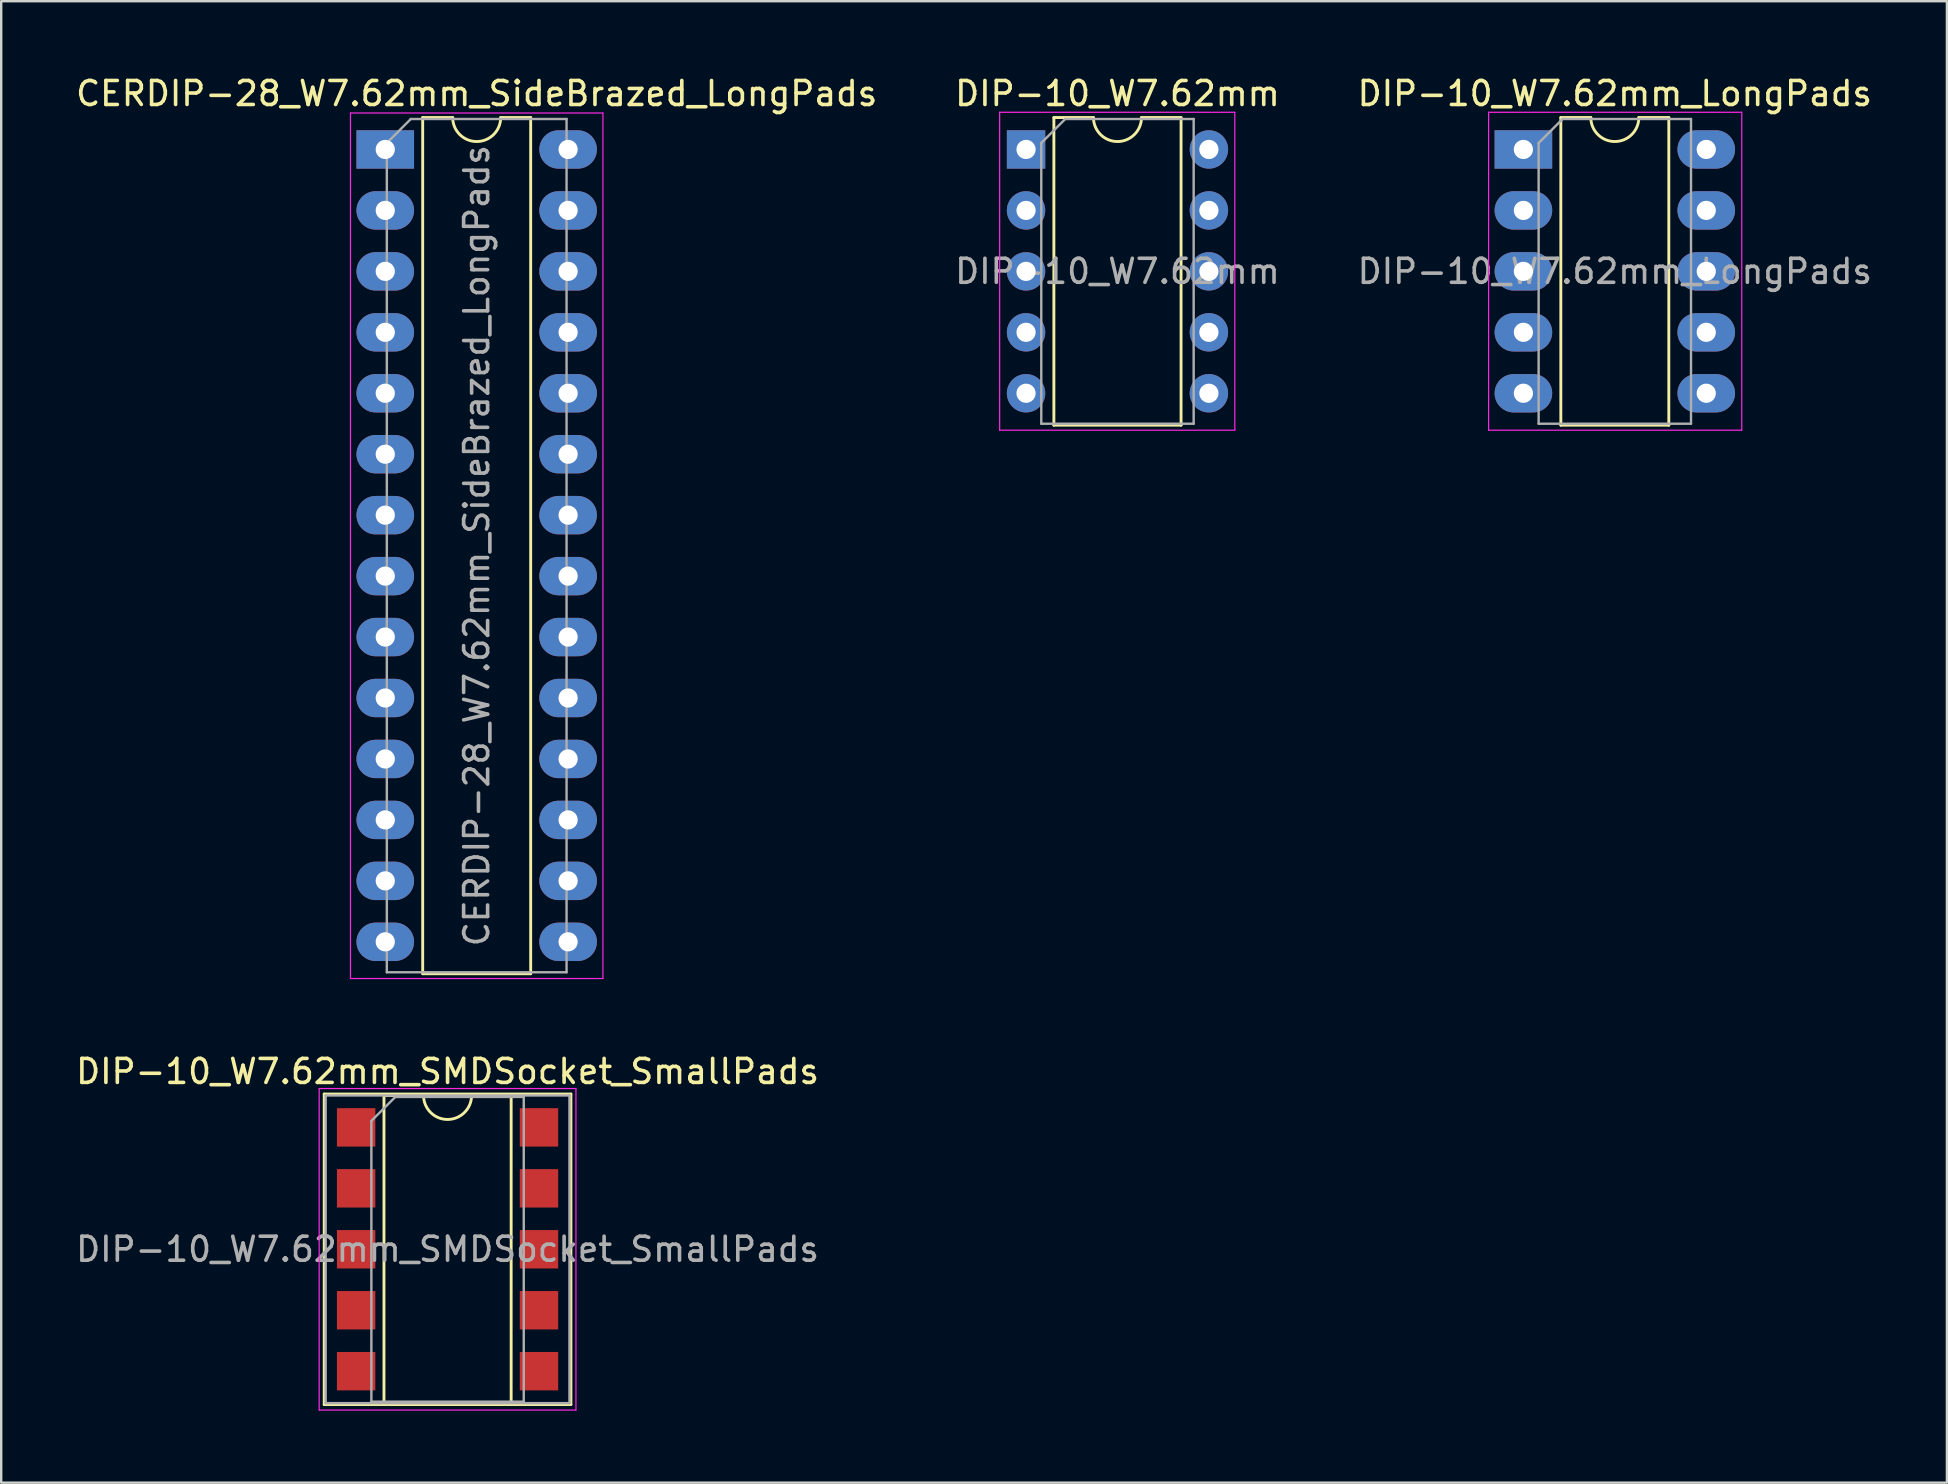
<source format=kicad_pcb>
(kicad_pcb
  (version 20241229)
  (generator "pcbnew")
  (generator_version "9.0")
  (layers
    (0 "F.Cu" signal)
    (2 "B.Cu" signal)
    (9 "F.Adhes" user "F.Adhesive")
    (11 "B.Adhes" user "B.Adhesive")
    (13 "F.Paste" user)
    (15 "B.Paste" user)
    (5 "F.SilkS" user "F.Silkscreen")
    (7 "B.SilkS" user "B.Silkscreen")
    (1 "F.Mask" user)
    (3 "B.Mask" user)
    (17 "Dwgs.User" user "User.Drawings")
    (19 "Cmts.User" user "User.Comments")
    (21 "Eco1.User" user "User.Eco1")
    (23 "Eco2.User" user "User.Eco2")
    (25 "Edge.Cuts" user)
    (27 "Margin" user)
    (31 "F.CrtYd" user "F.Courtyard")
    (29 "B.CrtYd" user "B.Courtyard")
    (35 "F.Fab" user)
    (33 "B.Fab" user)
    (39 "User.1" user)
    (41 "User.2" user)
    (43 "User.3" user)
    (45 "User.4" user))
  (footprint "DIP-10_W7.62mm"
    (layer "F.Cu")
    (at 39.708 3.178)
    (property "Reference" "DIP-10_W7.62mm" (at 3.81 -2.33 0) (layer "F.SilkS") (effects (font (size 1 1) (thickness 0.15))))
    (attr through_hole)
    (fp_line (start 1.16 -1.33) (end 1.16 11.49) (stroke (width 0.12) (type solid)) (layer "F.SilkS"))
    (fp_line (start 1.16 11.49) (end 6.46 11.49) (stroke (width 0.12) (type solid)) (layer "F.SilkS"))
    (fp_line (start 2.81 -1.33) (end 1.16 -1.33) (stroke (width 0.12) (type solid)) (layer "F.SilkS"))
    (fp_line (start 6.46 -1.33) (end 4.81 -1.33) (stroke (width 0.12) (type solid)) (layer "F.SilkS"))
    (fp_line (start 6.46 11.49) (end 6.46 -1.33) (stroke (width 0.12) (type solid)) (layer "F.SilkS"))
    (fp_arc (start 4.81 -1.33) (mid 3.81 -0.33) (end 2.81 -1.33) (stroke (width 0.12) (type solid)) (layer "F.SilkS"))
    (fp_line (start -1.1 -1.55) (end -1.1 11.7) (stroke (width 0.05) (type solid)) (layer "F.CrtYd"))
    (fp_line (start -1.1 11.7) (end 8.7 11.7) (stroke (width 0.05) (type solid)) (layer "F.CrtYd"))
    (fp_line (start 8.7 -1.55) (end -1.1 -1.55) (stroke (width 0.05) (type solid)) (layer "F.CrtYd"))
    (fp_line (start 8.7 11.7) (end 8.7 -1.55) (stroke (width 0.05) (type solid)) (layer "F.CrtYd"))
    (fp_line (start 0.635 -0.27) (end 1.635 -1.27) (stroke (width 0.1) (type solid)) (layer "F.Fab"))
    (fp_line (start 0.635 11.43) (end 0.635 -0.27) (stroke (width 0.1) (type solid)) (layer "F.Fab"))
    (fp_line (start 1.635 -1.27) (end 6.985 -1.27) (stroke (width 0.1) (type solid)) (layer "F.Fab"))
    (fp_line (start 6.985 -1.27) (end 6.985 11.43) (stroke (width 0.1) (type solid)) (layer "F.Fab"))
    (fp_line (start 6.985 11.43) (end 0.635 11.43) (stroke (width 0.1) (type solid)) (layer "F.Fab"))
    (fp_text user "${REFERENCE}" (at 3.81 5.08 0) (layer "F.Fab") (effects (font (size 1 1) (thickness 0.15))))
    (pad "1" thru_hole rect (at 0 0) (size 1.6 1.6) (drill 0.8) (layers "*.Cu" "*.Mask"))
    (pad "2" thru_hole oval (at 0 2.54) (size 1.6 1.6) (drill 0.8) (layers "*.Cu" "*.Mask"))
    (pad "3" thru_hole oval (at 0 5.08) (size 1.6 1.6) (drill 0.8) (layers "*.Cu" "*.Mask"))
    (pad "4" thru_hole oval (at 0 7.62) (size 1.6 1.6) (drill 0.8) (layers "*.Cu" "*.Mask"))
    (pad "5" thru_hole oval (at 0 10.16) (size 1.6 1.6) (drill 0.8) (layers "*.Cu" "*.Mask"))
    (pad "6" thru_hole oval (at 7.62 10.16) (size 1.6 1.6) (drill 0.8) (layers "*.Cu" "*.Mask"))
    (pad "7" thru_hole oval (at 7.62 7.62) (size 1.6 1.6) (drill 0.8) (layers "*.Cu" "*.Mask"))
    (pad "8" thru_hole oval (at 7.62 5.08) (size 1.6 1.6) (drill 0.8) (layers "*.Cu" "*.Mask"))
    (pad "9" thru_hole oval (at 7.62 2.54) (size 1.6 1.6) (drill 0.8) (layers "*.Cu" "*.Mask"))
    (pad "10" thru_hole oval (at 7.62 0) (size 1.6 1.6) (drill 0.8) (layers "*.Cu" "*.Mask")))
  (footprint "DIP-10_W7.62mm_SMDSocket_SmallPads"
    (layer "F.Cu")
    (at 15.601 49.011)
    (property "Reference" "DIP-10_W7.62mm_SMDSocket_SmallPads" (at 0 -7.41 0) (layer "F.SilkS") (effects (font (size 1 1) (thickness 0.15))))
    (attr smd)
    (fp_line (start -5.14 -6.47) (end -5.14 6.47) (stroke (width 0.12) (type solid)) (layer "F.SilkS"))
    (fp_line (start -5.14 6.47) (end 5.14 6.47) (stroke (width 0.12) (type solid)) (layer "F.SilkS"))
    (fp_line (start -2.65 -6.41) (end -2.65 6.41) (stroke (width 0.12) (type solid)) (layer "F.SilkS"))
    (fp_line (start -2.65 6.41) (end 2.65 6.41) (stroke (width 0.12) (type solid)) (layer "F.SilkS"))
    (fp_line (start -1 -6.41) (end -2.65 -6.41) (stroke (width 0.12) (type solid)) (layer "F.SilkS"))
    (fp_line (start 2.65 -6.41) (end 1 -6.41) (stroke (width 0.12) (type solid)) (layer "F.SilkS"))
    (fp_line (start 2.65 6.41) (end 2.65 -6.41) (stroke (width 0.12) (type solid)) (layer "F.SilkS"))
    (fp_line (start 5.14 -6.47) (end -5.14 -6.47) (stroke (width 0.12) (type solid)) (layer "F.SilkS"))
    (fp_line (start 5.14 6.47) (end 5.14 -6.47) (stroke (width 0.12) (type solid)) (layer "F.SilkS"))
    (fp_arc (start 1 -6.41) (mid 0 -5.41) (end -1 -6.41) (stroke (width 0.12) (type solid)) (layer "F.SilkS"))
    (fp_line (start -5.35 -6.7) (end -5.35 6.7) (stroke (width 0.05) (type solid)) (layer "F.CrtYd"))
    (fp_line (start -5.35 6.7) (end 5.35 6.7) (stroke (width 0.05) (type solid)) (layer "F.CrtYd"))
    (fp_line (start 5.35 -6.7) (end -5.35 -6.7) (stroke (width 0.05) (type solid)) (layer "F.CrtYd"))
    (fp_line (start 5.35 6.7) (end 5.35 -6.7) (stroke (width 0.05) (type solid)) (layer "F.CrtYd"))
    (fp_line (start -5.08 -6.41) (end -5.08 6.41) (stroke (width 0.1) (type solid)) (layer "F.Fab"))
    (fp_line (start -5.08 6.41) (end 5.08 6.41) (stroke (width 0.1) (type solid)) (layer "F.Fab"))
    (fp_line (start -3.175 -5.35) (end -2.175 -6.35) (stroke (width 0.1) (type solid)) (layer "F.Fab"))
    (fp_line (start -3.175 6.35) (end -3.175 -5.35) (stroke (width 0.1) (type solid)) (layer "F.Fab"))
    (fp_line (start -2.175 -6.35) (end 3.175 -6.35) (stroke (width 0.1) (type solid)) (layer "F.Fab"))
    (fp_line (start 3.175 -6.35) (end 3.175 6.35) (stroke (width 0.1) (type solid)) (layer "F.Fab"))
    (fp_line (start 3.175 6.35) (end -3.175 6.35) (stroke (width 0.1) (type solid)) (layer "F.Fab"))
    (fp_line (start 5.08 -6.41) (end -5.08 -6.41) (stroke (width 0.1) (type solid)) (layer "F.Fab"))
    (fp_line (start 5.08 6.41) (end 5.08 -6.41) (stroke (width 0.1) (type solid)) (layer "F.Fab"))
    (fp_text user "${REFERENCE}" (at 0 0 0) (layer "F.Fab") (effects (font (size 1 1) (thickness 0.15))))
    (pad "1" smd rect (at -3.81 -5.08) (size 1.6 1.6) (layers "F.Cu" "F.Mask" "F.Paste"))
    (pad "2" smd rect (at -3.81 -2.54) (size 1.6 1.6) (layers "F.Cu" "F.Mask" "F.Paste"))
    (pad "3" smd rect (at -3.81 0) (size 1.6 1.6) (layers "F.Cu" "F.Mask" "F.Paste"))
    (pad "4" smd rect (at -3.81 2.54) (size 1.6 1.6) (layers "F.Cu" "F.Mask" "F.Paste"))
    (pad "5" smd rect (at -3.81 5.08) (size 1.6 1.6) (layers "F.Cu" "F.Mask" "F.Paste"))
    (pad "6" smd rect (at 3.81 5.08) (size 1.6 1.6) (layers "F.Cu" "F.Mask" "F.Paste"))
    (pad "7" smd rect (at 3.81 2.54) (size 1.6 1.6) (layers "F.Cu" "F.Mask" "F.Paste"))
    (pad "8" smd rect (at 3.81 0) (size 1.6 1.6) (layers "F.Cu" "F.Mask" "F.Paste"))
    (pad "9" smd rect (at 3.81 -2.54) (size 1.6 1.6) (layers "F.Cu" "F.Mask" "F.Paste"))
    (pad "10" smd rect (at 3.81 -5.08) (size 1.6 1.6) (layers "F.Cu" "F.Mask" "F.Paste")))
  (footprint "CERDIP-28_W7.62mm_SideBrazed_LongPads"
    (layer "F.Cu")
    (at 13.005 3.178)
    (property "Reference" "CERDIP-28_W7.62mm_SideBrazed_LongPads" (at 3.81 -2.33 0) (layer "F.SilkS") (effects (font (size 1 1) (thickness 0.15))))
    (attr through_hole)
    (fp_line (start 1.56 -1.33) (end 1.56 34.35) (stroke (width 0.12) (type solid)) (layer "F.SilkS"))
    (fp_line (start 1.56 34.35) (end 6.06 34.35) (stroke (width 0.12) (type solid)) (layer "F.SilkS"))
    (fp_line (start 2.81 -1.33) (end 1.56 -1.33) (stroke (width 0.12) (type solid)) (layer "F.SilkS"))
    (fp_line (start 6.06 -1.33) (end 4.81 -1.33) (stroke (width 0.12) (type solid)) (layer "F.SilkS"))
    (fp_line (start 6.06 34.35) (end 6.06 -1.33) (stroke (width 0.12) (type solid)) (layer "F.SilkS"))
    (fp_arc (start 4.81 -1.33) (mid 3.81 -0.33) (end 2.81 -1.33) (stroke (width 0.12) (type solid)) (layer "F.SilkS"))
    (fp_line (start -1.45 -1.52) (end -1.45 34.55) (stroke (width 0.05) (type solid)) (layer "F.CrtYd"))
    (fp_line (start -1.45 34.55) (end 9.07 34.55) (stroke (width 0.05) (type solid)) (layer "F.CrtYd"))
    (fp_line (start 9.07 -1.52) (end -1.45 -1.52) (stroke (width 0.05) (type solid)) (layer "F.CrtYd"))
    (fp_line (start 9.07 34.55) (end 9.07 -1.52) (stroke (width 0.05) (type solid)) (layer "F.CrtYd"))
    (fp_line (start 0.065 -0.27) (end 1.065 -1.27) (stroke (width 0.1) (type solid)) (layer "F.Fab"))
    (fp_line (start 0.065 34.29) (end 0.065 -0.27) (stroke (width 0.1) (type solid)) (layer "F.Fab"))
    (fp_line (start 1.065 -1.27) (end 7.555 -1.27) (stroke (width 0.1) (type solid)) (layer "F.Fab"))
    (fp_line (start 7.555 -1.27) (end 7.555 34.29) (stroke (width 0.1) (type solid)) (layer "F.Fab"))
    (fp_line (start 7.555 34.29) (end 0.065 34.29) (stroke (width 0.1) (type solid)) (layer "F.Fab"))
    (fp_text user "${REFERENCE}" (at 3.81 16.51 90) (layer "F.Fab") (effects (font (size 1 1) (thickness 0.15))))
    (pad "1" thru_hole rect (at 0 0) (size 2.4 1.6) (drill 0.8) (layers "*.Cu" "*.Mask"))
    (pad "2" thru_hole oval (at 0 2.54) (size 2.4 1.6) (drill 0.8) (layers "*.Cu" "*.Mask"))
    (pad "3" thru_hole oval (at 0 5.08) (size 2.4 1.6) (drill 0.8) (layers "*.Cu" "*.Mask"))
    (pad "4" thru_hole oval (at 0 7.62) (size 2.4 1.6) (drill 0.8) (layers "*.Cu" "*.Mask"))
    (pad "5" thru_hole oval (at 0 10.16) (size 2.4 1.6) (drill 0.8) (layers "*.Cu" "*.Mask"))
    (pad "6" thru_hole oval (at 0 12.7) (size 2.4 1.6) (drill 0.8) (layers "*.Cu" "*.Mask"))
    (pad "7" thru_hole oval (at 0 15.24) (size 2.4 1.6) (drill 0.8) (layers "*.Cu" "*.Mask"))
    (pad "8" thru_hole oval (at 0 17.78) (size 2.4 1.6) (drill 0.8) (layers "*.Cu" "*.Mask"))
    (pad "9" thru_hole oval (at 0 20.32) (size 2.4 1.6) (drill 0.8) (layers "*.Cu" "*.Mask"))
    (pad "10" thru_hole oval (at 0 22.86) (size 2.4 1.6) (drill 0.8) (layers "*.Cu" "*.Mask"))
    (pad "11" thru_hole oval (at 0 25.4) (size 2.4 1.6) (drill 0.8) (layers "*.Cu" "*.Mask"))
    (pad "12" thru_hole oval (at 0 27.94) (size 2.4 1.6) (drill 0.8) (layers "*.Cu" "*.Mask"))
    (pad "13" thru_hole oval (at 0 30.48) (size 2.4 1.6) (drill 0.8) (layers "*.Cu" "*.Mask"))
    (pad "14" thru_hole oval (at 0 33.02) (size 2.4 1.6) (drill 0.8) (layers "*.Cu" "*.Mask"))
    (pad "15" thru_hole oval (at 7.62 33.02) (size 2.4 1.6) (drill 0.8) (layers "*.Cu" "*.Mask"))
    (pad "16" thru_hole oval (at 7.62 30.48) (size 2.4 1.6) (drill 0.8) (layers "*.Cu" "*.Mask"))
    (pad "17" thru_hole oval (at 7.62 27.94) (size 2.4 1.6) (drill 0.8) (layers "*.Cu" "*.Mask"))
    (pad "18" thru_hole oval (at 7.62 25.4) (size 2.4 1.6) (drill 0.8) (layers "*.Cu" "*.Mask"))
    (pad "19" thru_hole oval (at 7.62 22.86) (size 2.4 1.6) (drill 0.8) (layers "*.Cu" "*.Mask"))
    (pad "20" thru_hole oval (at 7.62 20.32) (size 2.4 1.6) (drill 0.8) (layers "*.Cu" "*.Mask"))
    (pad "21" thru_hole oval (at 7.62 17.78) (size 2.4 1.6) (drill 0.8) (layers "*.Cu" "*.Mask"))
    (pad "22" thru_hole oval (at 7.62 15.24) (size 2.4 1.6) (drill 0.8) (layers "*.Cu" "*.Mask"))
    (pad "23" thru_hole oval (at 7.62 12.7) (size 2.4 1.6) (drill 0.8) (layers "*.Cu" "*.Mask"))
    (pad "24" thru_hole oval (at 7.62 10.16) (size 2.4 1.6) (drill 0.8) (layers "*.Cu" "*.Mask"))
    (pad "25" thru_hole oval (at 7.62 7.62) (size 2.4 1.6) (drill 0.8) (layers "*.Cu" "*.Mask"))
    (pad "26" thru_hole oval (at 7.62 5.08) (size 2.4 1.6) (drill 0.8) (layers "*.Cu" "*.Mask"))
    (pad "27" thru_hole oval (at 7.62 2.54) (size 2.4 1.6) (drill 0.8) (layers "*.Cu" "*.Mask"))
    (pad "28" thru_hole oval (at 7.62 0) (size 2.4 1.6) (drill 0.8) (layers "*.Cu" "*.Mask")))
  (footprint "DIP-10_W7.62mm_LongPads"
    (layer "F.Cu")
    (at 60.434 3.178)
    (property "Reference" "DIP-10_W7.62mm_LongPads" (at 3.81 -2.33 0) (layer "F.SilkS") (effects (font (size 1 1) (thickness 0.15))))
    (attr through_hole)
    (fp_line (start 1.56 -1.33) (end 1.56 11.49) (stroke (width 0.12) (type solid)) (layer "F.SilkS"))
    (fp_line (start 1.56 11.49) (end 6.06 11.49) (stroke (width 0.12) (type solid)) (layer "F.SilkS"))
    (fp_line (start 2.81 -1.33) (end 1.56 -1.33) (stroke (width 0.12) (type solid)) (layer "F.SilkS"))
    (fp_line (start 6.06 -1.33) (end 4.81 -1.33) (stroke (width 0.12) (type solid)) (layer "F.SilkS"))
    (fp_line (start 6.06 11.49) (end 6.06 -1.33) (stroke (width 0.12) (type solid)) (layer "F.SilkS"))
    (fp_arc (start 4.81 -1.33) (mid 3.81 -0.33) (end 2.81 -1.33) (stroke (width 0.12) (type solid)) (layer "F.SilkS"))
    (fp_line (start -1.45 -1.55) (end -1.45 11.7) (stroke (width 0.05) (type solid)) (layer "F.CrtYd"))
    (fp_line (start -1.45 11.7) (end 9.1 11.7) (stroke (width 0.05) (type solid)) (layer "F.CrtYd"))
    (fp_line (start 9.1 -1.55) (end -1.45 -1.55) (stroke (width 0.05) (type solid)) (layer "F.CrtYd"))
    (fp_line (start 9.1 11.7) (end 9.1 -1.55) (stroke (width 0.05) (type solid)) (layer "F.CrtYd"))
    (fp_line (start 0.635 -0.27) (end 1.635 -1.27) (stroke (width 0.1) (type solid)) (layer "F.Fab"))
    (fp_line (start 0.635 11.43) (end 0.635 -0.27) (stroke (width 0.1) (type solid)) (layer "F.Fab"))
    (fp_line (start 1.635 -1.27) (end 6.985 -1.27) (stroke (width 0.1) (type solid)) (layer "F.Fab"))
    (fp_line (start 6.985 -1.27) (end 6.985 11.43) (stroke (width 0.1) (type solid)) (layer "F.Fab"))
    (fp_line (start 6.985 11.43) (end 0.635 11.43) (stroke (width 0.1) (type solid)) (layer "F.Fab"))
    (fp_text user "${REFERENCE}" (at 3.81 5.08 0) (layer "F.Fab") (effects (font (size 1 1) (thickness 0.15))))
    (pad "1" thru_hole rect (at 0 0) (size 2.4 1.6) (drill 0.8) (layers "*.Cu" "*.Mask"))
    (pad "2" thru_hole oval (at 0 2.54) (size 2.4 1.6) (drill 0.8) (layers "*.Cu" "*.Mask"))
    (pad "3" thru_hole oval (at 0 5.08) (size 2.4 1.6) (drill 0.8) (layers "*.Cu" "*.Mask"))
    (pad "4" thru_hole oval (at 0 7.62) (size 2.4 1.6) (drill 0.8) (layers "*.Cu" "*.Mask"))
    (pad "5" thru_hole oval (at 0 10.16) (size 2.4 1.6) (drill 0.8) (layers "*.Cu" "*.Mask"))
    (pad "6" thru_hole oval (at 7.62 10.16) (size 2.4 1.6) (drill 0.8) (layers "*.Cu" "*.Mask"))
    (pad "7" thru_hole oval (at 7.62 7.62) (size 2.4 1.6) (drill 0.8) (layers "*.Cu" "*.Mask"))
    (pad "8" thru_hole oval (at 7.62 5.08) (size 2.4 1.6) (drill 0.8) (layers "*.Cu" "*.Mask"))
    (pad "9" thru_hole oval (at 7.62 2.54) (size 2.4 1.6) (drill 0.8) (layers "*.Cu" "*.Mask"))
    (pad "10" thru_hole oval (at 7.62 0) (size 2.4 1.6) (drill 0.8) (layers "*.Cu" "*.Mask")))
  (gr_rect
    (start -3 -3)
    (end 78.083 58.736)
    (stroke (width 0.1) (type default))
    (fill no)
    (layer "Edge.Cuts")))
</source>
